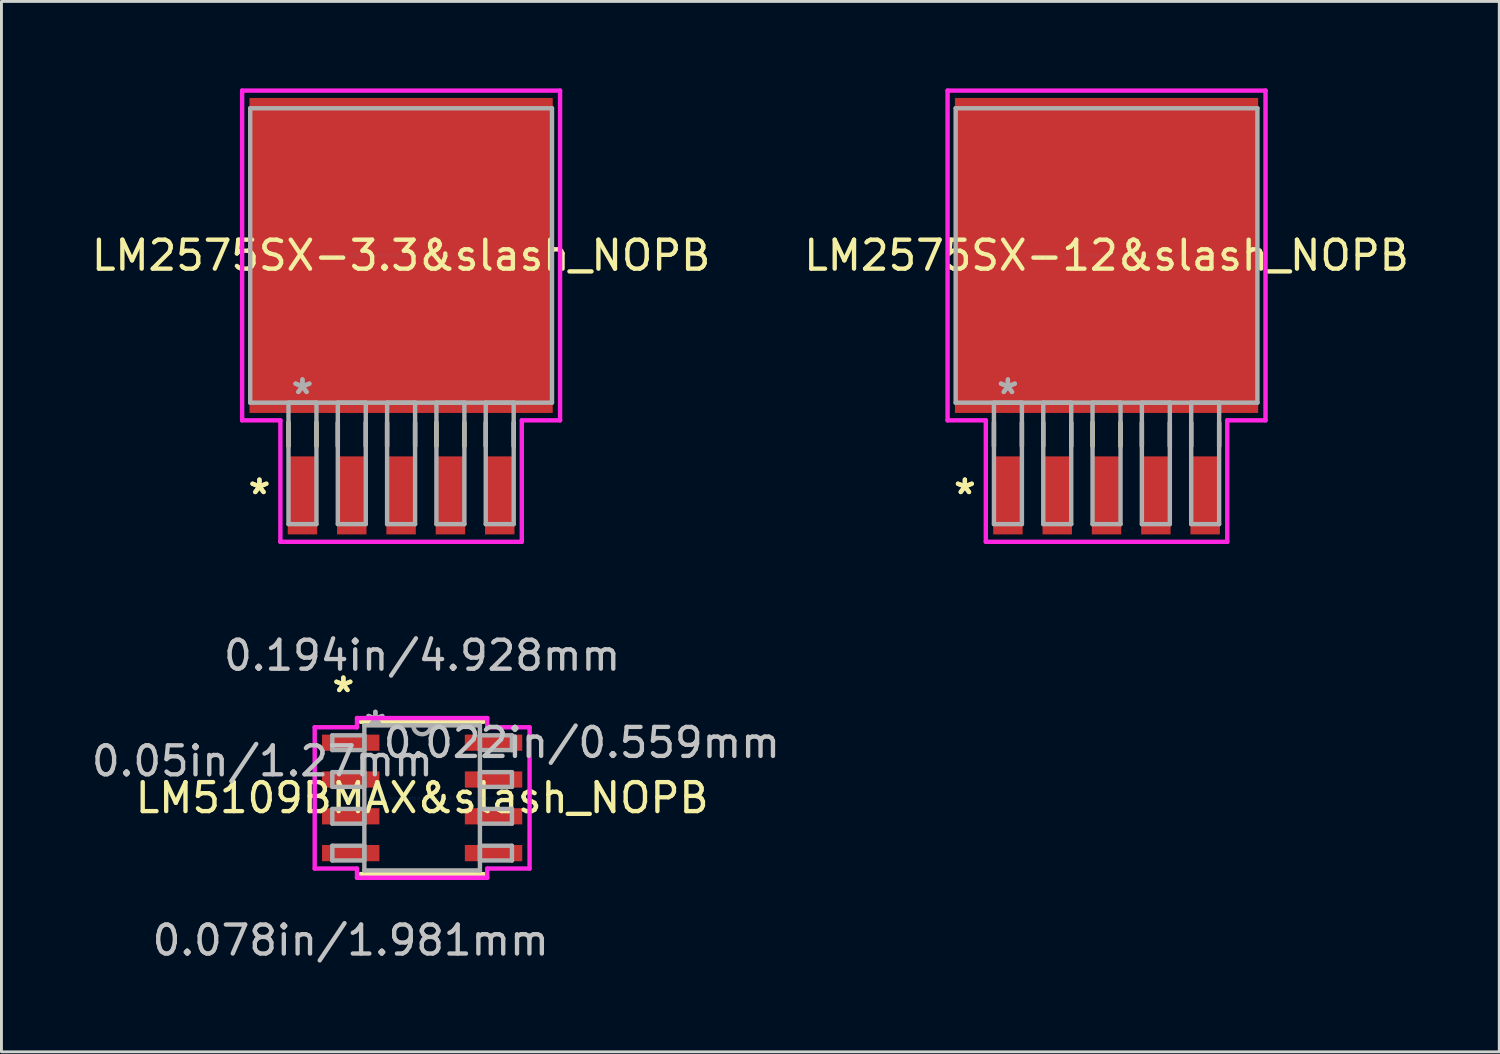
<source format=kicad_pcb>
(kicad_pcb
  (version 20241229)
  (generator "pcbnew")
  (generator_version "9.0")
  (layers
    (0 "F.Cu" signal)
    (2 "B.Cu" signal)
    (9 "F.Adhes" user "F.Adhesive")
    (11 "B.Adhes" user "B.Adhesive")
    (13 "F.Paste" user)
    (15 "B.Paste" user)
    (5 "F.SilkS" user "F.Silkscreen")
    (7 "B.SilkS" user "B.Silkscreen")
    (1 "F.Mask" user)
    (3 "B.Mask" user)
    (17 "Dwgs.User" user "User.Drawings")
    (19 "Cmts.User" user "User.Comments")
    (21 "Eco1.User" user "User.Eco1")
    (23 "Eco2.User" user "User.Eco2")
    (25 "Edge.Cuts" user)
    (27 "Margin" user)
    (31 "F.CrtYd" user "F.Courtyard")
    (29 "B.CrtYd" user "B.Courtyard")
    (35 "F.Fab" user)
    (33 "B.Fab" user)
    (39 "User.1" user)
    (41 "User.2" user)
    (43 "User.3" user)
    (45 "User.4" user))
  (footprint "LM5109BMAX&slash_NOPB"
    (layer "F.Cu")
    (at 11.518 24.486)
    (property "Reference" "LM5109BMAX&slash_NOPB" (at 0 0 0) (layer "F.SilkS") (effects (font (size 1 1) (thickness 0.15))))
    (attr through_hole)
    (fp_line (start -2.121 2.629) (end 2.121 2.629) (stroke (width 0.152) (type solid)) (layer "F.SilkS"))
    (fp_line (start 2.121 -2.629) (end -2.121 -2.629) (stroke (width 0.152) (type solid)) (layer "F.SilkS"))
    (fp_line (start -3.708 -2.438) (end -2.248 -2.438) (stroke (width 0.152) (type solid)) (layer "F.CrtYd"))
    (fp_line (start -3.708 2.438) (end -3.708 -2.438) (stroke (width 0.152) (type solid)) (layer "F.CrtYd"))
    (fp_line (start -2.248 -2.756) (end 2.248 -2.756) (stroke (width 0.152) (type solid)) (layer "F.CrtYd"))
    (fp_line (start -2.248 -2.438) (end -2.248 -2.756) (stroke (width 0.152) (type solid)) (layer "F.CrtYd"))
    (fp_line (start -2.248 2.438) (end -3.708 2.438) (stroke (width 0.152) (type solid)) (layer "F.CrtYd"))
    (fp_line (start -2.248 2.756) (end -2.248 2.438) (stroke (width 0.152) (type solid)) (layer "F.CrtYd"))
    (fp_line (start 2.248 -2.756) (end 2.248 -2.438) (stroke (width 0.152) (type solid)) (layer "F.CrtYd"))
    (fp_line (start 2.248 -2.438) (end 3.708 -2.438) (stroke (width 0.152) (type solid)) (layer "F.CrtYd"))
    (fp_line (start 2.248 2.438) (end 2.248 2.756) (stroke (width 0.152) (type solid)) (layer "F.CrtYd"))
    (fp_line (start 2.248 2.756) (end -2.248 2.756) (stroke (width 0.152) (type solid)) (layer "F.CrtYd"))
    (fp_line (start 3.708 -2.438) (end 3.708 2.438) (stroke (width 0.152) (type solid)) (layer "F.CrtYd"))
    (fp_line (start 3.708 2.438) (end 2.248 2.438) (stroke (width 0.152) (type solid)) (layer "F.CrtYd"))
    (fp_line (start -3.099 -2.159) (end -3.099 -1.651) (stroke (width 0.152) (type solid)) (layer "F.Fab"))
    (fp_line (start -3.099 -1.651) (end -1.994 -1.651) (stroke (width 0.152) (type solid)) (layer "F.Fab"))
    (fp_line (start -3.099 -0.889) (end -3.099 -0.381) (stroke (width 0.152) (type solid)) (layer "F.Fab"))
    (fp_line (start -3.099 -0.381) (end -1.994 -0.381) (stroke (width 0.152) (type solid)) (layer "F.Fab"))
    (fp_line (start -3.099 0.381) (end -3.099 0.889) (stroke (width 0.152) (type solid)) (layer "F.Fab"))
    (fp_line (start -3.099 0.889) (end -1.994 0.889) (stroke (width 0.152) (type solid)) (layer "F.Fab"))
    (fp_line (start -3.099 1.651) (end -3.099 2.159) (stroke (width 0.152) (type solid)) (layer "F.Fab"))
    (fp_line (start -3.099 2.159) (end -1.994 2.159) (stroke (width 0.152) (type solid)) (layer "F.Fab"))
    (fp_line (start -1.994 -2.502) (end -1.994 2.502) (stroke (width 0.152) (type solid)) (layer "F.Fab"))
    (fp_line (start -1.994 -2.159) (end -3.099 -2.159) (stroke (width 0.152) (type solid)) (layer "F.Fab"))
    (fp_line (start -1.994 -1.651) (end -1.994 -2.159) (stroke (width 0.152) (type solid)) (layer "F.Fab"))
    (fp_line (start -1.994 -0.889) (end -3.099 -0.889) (stroke (width 0.152) (type solid)) (layer "F.Fab"))
    (fp_line (start -1.994 -0.381) (end -1.994 -0.889) (stroke (width 0.152) (type solid)) (layer "F.Fab"))
    (fp_line (start -1.994 0.381) (end -3.099 0.381) (stroke (width 0.152) (type solid)) (layer "F.Fab"))
    (fp_line (start -1.994 0.889) (end -1.994 0.381) (stroke (width 0.152) (type solid)) (layer "F.Fab"))
    (fp_line (start -1.994 1.651) (end -3.099 1.651) (stroke (width 0.152) (type solid)) (layer "F.Fab"))
    (fp_line (start -1.994 2.159) (end -1.994 1.651) (stroke (width 0.152) (type solid)) (layer "F.Fab"))
    (fp_line (start -1.994 2.502) (end 1.994 2.502) (stroke (width 0.152) (type solid)) (layer "F.Fab"))
    (fp_line (start 1.994 -2.502) (end -1.994 -2.502) (stroke (width 0.152) (type solid)) (layer "F.Fab"))
    (fp_line (start 1.994 -2.159) (end 1.994 -1.651) (stroke (width 0.152) (type solid)) (layer "F.Fab"))
    (fp_line (start 1.994 -1.651) (end 3.099 -1.651) (stroke (width 0.152) (type solid)) (layer "F.Fab"))
    (fp_line (start 1.994 -0.889) (end 1.994 -0.381) (stroke (width 0.152) (type solid)) (layer "F.Fab"))
    (fp_line (start 1.994 -0.381) (end 3.099 -0.381) (stroke (width 0.152) (type solid)) (layer "F.Fab"))
    (fp_line (start 1.994 0.381) (end 1.994 0.889) (stroke (width 0.152) (type solid)) (layer "F.Fab"))
    (fp_line (start 1.994 0.889) (end 3.099 0.889) (stroke (width 0.152) (type solid)) (layer "F.Fab"))
    (fp_line (start 1.994 1.651) (end 1.994 2.159) (stroke (width 0.152) (type solid)) (layer "F.Fab"))
    (fp_line (start 1.994 2.159) (end 3.099 2.159) (stroke (width 0.152) (type solid)) (layer "F.Fab"))
    (fp_line (start 1.994 2.502) (end 1.994 -2.502) (stroke (width 0.152) (type solid)) (layer "F.Fab"))
    (fp_line (start 3.099 -2.159) (end 1.994 -2.159) (stroke (width 0.152) (type solid)) (layer "F.Fab"))
    (fp_line (start 3.099 -1.651) (end 3.099 -2.159) (stroke (width 0.152) (type solid)) (layer "F.Fab"))
    (fp_line (start 3.099 -0.889) (end 1.994 -0.889) (stroke (width 0.152) (type solid)) (layer "F.Fab"))
    (fp_line (start 3.099 -0.381) (end 3.099 -0.889) (stroke (width 0.152) (type solid)) (layer "F.Fab"))
    (fp_line (start 3.099 0.381) (end 1.994 0.381) (stroke (width 0.152) (type solid)) (layer "F.Fab"))
    (fp_line (start 3.099 0.889) (end 3.099 0.381) (stroke (width 0.152) (type solid)) (layer "F.Fab"))
    (fp_line (start 3.099 1.651) (end 1.994 1.651) (stroke (width 0.152) (type solid)) (layer "F.Fab"))
    (fp_line (start 3.099 2.159) (end 3.099 1.651) (stroke (width 0.152) (type solid)) (layer "F.Fab"))
    (fp_arc (start 0.3048 -2.5019) (mid 0 -2.1971) (end -0.3048 -2.5019) (stroke (width 0.1524) (type solid)) (layer "F.Fab"))
    (fp_text user "*" (at -2.718 -3.607 0) (layer "F.SilkS") (effects (font (size 1 1) (thickness 0.15))))
    (fp_text user "*" (at -2.718 -3.607 0) (layer "F.SilkS") (effects (font (size 1 1) (thickness 0.15))))
    (fp_text user "0.05in/1.27mm" (at -5.512 -1.27 0) (layer "Dwgs.User") (effects (font (size 1 1) (thickness 0.15))))
    (fp_text user "0.022in/0.559mm" (at 5.512 -1.905 0) (layer "Dwgs.User") (effects (font (size 1 1) (thickness 0.15))))
    (fp_text user "0.078in/1.981mm" (at -2.464 4.915 0) (layer "Dwgs.User") (effects (font (size 1 1) (thickness 0.15))))
    (fp_text user "0.194in/4.928mm" (at 0 -4.915 0) (layer "Dwgs.User") (effects (font (size 1 1) (thickness 0.15))))
    (fp_text user "Copyright 2016 Accelerated Designs. All rights reserved." (at 0 0 0) (layer "Cmts.User") (effects (font (size 0.127 0.127) (thickness 0.002))))
    (fp_text user "*" (at -1.613 -2.426 0) (layer "F.Fab") (effects (font (size 1 1) (thickness 0.15))))
    (fp_text user "*" (at -1.613 -2.426 0) (layer "F.Fab") (effects (font (size 1 1) (thickness 0.15))))
    (pad "1" smd rect (at -2.464 -1.905) (size 1.981 0.559) (layers "F.Cu" "F.Mask" "F.Paste"))
    (pad "2" smd rect (at -2.464 -0.635) (size 1.981 0.559) (layers "F.Cu" "F.Mask" "F.Paste"))
    (pad "3" smd rect (at -2.464 0.635) (size 1.981 0.559) (layers "F.Cu" "F.Mask" "F.Paste"))
    (pad "4" smd rect (at -2.464 1.905) (size 1.981 0.559) (layers "F.Cu" "F.Mask" "F.Paste"))
    (pad "5" smd rect (at 2.464 1.905) (size 1.981 0.559) (layers "F.Cu" "F.Mask" "F.Paste"))
    (pad "6" smd rect (at 2.464 0.635) (size 1.981 0.559) (layers "F.Cu" "F.Mask" "F.Paste"))
    (pad "7" smd rect (at 2.464 -0.635) (size 1.981 0.559) (layers "F.Cu" "F.Mask" "F.Paste"))
    (pad "8" smd rect (at 2.464 -1.905) (size 1.981 0.559) (layers "F.Cu" "F.Mask" "F.Paste")))
  (footprint "LM2575SX-3.3&slash_NOPB"
    (layer "F.Cu")
    (at 10.792 5.766)
    (property "Reference" "LM2575SX-3.3&slash_NOPB" (at 0 0 0) (layer "F.SilkS") (effects (font (size 1 1) (thickness 0.15))))
    (attr through_hole)
    (fp_line (start -3.886 5.768) (end -3.886 6.579) (stroke (width 0.152) (type solid)) (layer "F.SilkS"))
    (fp_line (start -2.921 5.768) (end -2.921 6.579) (stroke (width 0.152) (type solid)) (layer "F.SilkS"))
    (fp_line (start -2.184 5.768) (end -2.184 6.579) (stroke (width 0.152) (type solid)) (layer "F.SilkS"))
    (fp_line (start -1.219 5.768) (end -1.219 6.579) (stroke (width 0.152) (type solid)) (layer "F.SilkS"))
    (fp_line (start -0.483 5.768) (end -0.483 6.579) (stroke (width 0.152) (type solid)) (layer "F.SilkS"))
    (fp_line (start 0.483 5.768) (end 0.483 6.579) (stroke (width 0.152) (type solid)) (layer "F.SilkS"))
    (fp_line (start 1.219 5.768) (end 1.219 6.579) (stroke (width 0.152) (type solid)) (layer "F.SilkS"))
    (fp_line (start 2.184 5.768) (end 2.184 6.579) (stroke (width 0.152) (type solid)) (layer "F.SilkS"))
    (fp_line (start 2.921 5.768) (end 2.921 6.579) (stroke (width 0.152) (type solid)) (layer "F.SilkS"))
    (fp_line (start 3.886 5.768) (end 3.886 6.579) (stroke (width 0.152) (type solid)) (layer "F.SilkS"))
    (fp_line (start -5.486 -5.69) (end 5.486 -5.69) (stroke (width 0.152) (type solid)) (layer "F.CrtYd"))
    (fp_line (start -5.486 5.69) (end -5.486 -5.69) (stroke (width 0.152) (type solid)) (layer "F.CrtYd"))
    (fp_line (start -4.166 5.69) (end -5.486 5.69) (stroke (width 0.152) (type solid)) (layer "F.CrtYd"))
    (fp_line (start -4.166 9.881) (end -4.166 5.69) (stroke (width 0.152) (type solid)) (layer "F.CrtYd"))
    (fp_line (start 4.166 5.69) (end 4.166 9.881) (stroke (width 0.152) (type solid)) (layer "F.CrtYd"))
    (fp_line (start 4.166 9.881) (end -4.166 9.881) (stroke (width 0.152) (type solid)) (layer "F.CrtYd"))
    (fp_line (start 5.486 -5.69) (end 5.486 5.69) (stroke (width 0.152) (type solid)) (layer "F.CrtYd"))
    (fp_line (start 5.486 5.69) (end 4.166 5.69) (stroke (width 0.152) (type solid)) (layer "F.CrtYd"))
    (fp_line (start -5.207 -5.08) (end -5.207 5.08) (stroke (width 0.152) (type solid)) (layer "F.Fab"))
    (fp_line (start -5.207 5.08) (end 5.207 5.08) (stroke (width 0.152) (type solid)) (layer "F.Fab"))
    (fp_line (start -3.886 5.08) (end -3.886 9.271) (stroke (width 0.152) (type solid)) (layer "F.Fab"))
    (fp_line (start -3.886 9.271) (end -2.921 9.271) (stroke (width 0.152) (type solid)) (layer "F.Fab"))
    (fp_line (start -2.921 5.08) (end -3.886 5.08) (stroke (width 0.152) (type solid)) (layer "F.Fab"))
    (fp_line (start -2.921 9.271) (end -2.921 5.08) (stroke (width 0.152) (type solid)) (layer "F.Fab"))
    (fp_line (start -2.184 5.08) (end -2.184 9.271) (stroke (width 0.152) (type solid)) (layer "F.Fab"))
    (fp_line (start -2.184 9.271) (end -1.219 9.271) (stroke (width 0.152) (type solid)) (layer "F.Fab"))
    (fp_line (start -1.219 5.08) (end -2.184 5.08) (stroke (width 0.152) (type solid)) (layer "F.Fab"))
    (fp_line (start -1.219 9.271) (end -1.219 5.08) (stroke (width 0.152) (type solid)) (layer "F.Fab"))
    (fp_line (start -0.483 5.08) (end -0.483 9.271) (stroke (width 0.152) (type solid)) (layer "F.Fab"))
    (fp_line (start -0.483 9.271) (end 0.483 9.271) (stroke (width 0.152) (type solid)) (layer "F.Fab"))
    (fp_line (start 0.483 5.08) (end -0.483 5.08) (stroke (width 0.152) (type solid)) (layer "F.Fab"))
    (fp_line (start 0.483 9.271) (end 0.483 5.08) (stroke (width 0.152) (type solid)) (layer "F.Fab"))
    (fp_line (start 1.219 5.08) (end 1.219 9.271) (stroke (width 0.152) (type solid)) (layer "F.Fab"))
    (fp_line (start 1.219 9.271) (end 2.184 9.271) (stroke (width 0.152) (type solid)) (layer "F.Fab"))
    (fp_line (start 2.184 5.08) (end 1.219 5.08) (stroke (width 0.152) (type solid)) (layer "F.Fab"))
    (fp_line (start 2.184 9.271) (end 2.184 5.08) (stroke (width 0.152) (type solid)) (layer "F.Fab"))
    (fp_line (start 2.921 5.08) (end 2.921 9.271) (stroke (width 0.152) (type solid)) (layer "F.Fab"))
    (fp_line (start 2.921 9.271) (end 3.886 9.271) (stroke (width 0.152) (type solid)) (layer "F.Fab"))
    (fp_line (start 3.886 5.08) (end 2.921 5.08) (stroke (width 0.152) (type solid)) (layer "F.Fab"))
    (fp_line (start 3.886 9.271) (end 3.886 5.08) (stroke (width 0.152) (type solid)) (layer "F.Fab"))
    (fp_line (start 5.207 -5.08) (end -5.207 -5.08) (stroke (width 0.152) (type solid)) (layer "F.Fab"))
    (fp_line (start 5.207 5.08) (end 5.207 -5.08) (stroke (width 0.152) (type solid)) (layer "F.Fab"))
    (fp_text user "*" (at -4.889 8.28 0) (layer "F.SilkS") (effects (font (size 1 1) (thickness 0.15))))
    (fp_text user "*" (at -4.889 8.28 0) (layer "F.SilkS") (effects (font (size 1 1) (thickness 0.15))))
    (fp_text user "Copyright 2016 Accelerated Designs. All rights reserved." (at 0 0 0) (layer "Cmts.User") (effects (font (size 0.127 0.127) (thickness 0.002))))
    (fp_text user "*" (at -3.404 4.826 0) (layer "F.Fab") (effects (font (size 1 1) (thickness 0.15))))
    (fp_text user "*" (at -3.404 4.826 0) (layer "F.Fab") (effects (font (size 1 1) (thickness 0.15))))
    (pad "1" smd rect (at -3.404 8.28) (size 1.016 2.692) (layers "F.Cu" "F.Mask" "F.Paste"))
    (pad "2" smd rect (at -1.702 8.28) (size 1.016 2.692) (layers "F.Cu" "F.Mask" "F.Paste"))
    (pad "3" smd rect (at 0 8.28) (size 1.016 2.692) (layers "F.Cu" "F.Mask" "F.Paste"))
    (pad "4" smd rect (at 1.702 8.28) (size 1.016 2.692) (layers "F.Cu" "F.Mask" "F.Paste"))
    (pad "5" smd rect (at 3.404 8.28) (size 1.016 2.692) (layers "F.Cu" "F.Mask" "F.Paste"))
    (pad "6" smd rect (at 0 0) (size 10.465 10.871) (layers "F.Cu" "F.Mask" "F.Paste")))
  (footprint "LM2575SX-12&slash_NOPB"
    (layer "F.Cu")
    (at 35.137 5.766)
    (property "Reference" "LM2575SX-12&slash_NOPB" (at 0 0 0) (layer "F.SilkS") (effects (font (size 1 1) (thickness 0.15))))
    (attr through_hole)
    (fp_line (start -3.886 5.768) (end -3.886 6.579) (stroke (width 0.152) (type solid)) (layer "F.SilkS"))
    (fp_line (start -2.921 5.768) (end -2.921 6.579) (stroke (width 0.152) (type solid)) (layer "F.SilkS"))
    (fp_line (start -2.184 5.768) (end -2.184 6.579) (stroke (width 0.152) (type solid)) (layer "F.SilkS"))
    (fp_line (start -1.219 5.768) (end -1.219 6.579) (stroke (width 0.152) (type solid)) (layer "F.SilkS"))
    (fp_line (start -0.483 5.768) (end -0.483 6.579) (stroke (width 0.152) (type solid)) (layer "F.SilkS"))
    (fp_line (start 0.483 5.768) (end 0.483 6.579) (stroke (width 0.152) (type solid)) (layer "F.SilkS"))
    (fp_line (start 1.219 5.768) (end 1.219 6.579) (stroke (width 0.152) (type solid)) (layer "F.SilkS"))
    (fp_line (start 2.184 5.768) (end 2.184 6.579) (stroke (width 0.152) (type solid)) (layer "F.SilkS"))
    (fp_line (start 2.921 5.768) (end 2.921 6.579) (stroke (width 0.152) (type solid)) (layer "F.SilkS"))
    (fp_line (start 3.886 5.768) (end 3.886 6.579) (stroke (width 0.152) (type solid)) (layer "F.SilkS"))
    (fp_line (start -5.486 -5.69) (end 5.486 -5.69) (stroke (width 0.152) (type solid)) (layer "F.CrtYd"))
    (fp_line (start -5.486 5.69) (end -5.486 -5.69) (stroke (width 0.152) (type solid)) (layer "F.CrtYd"))
    (fp_line (start -4.166 5.69) (end -5.486 5.69) (stroke (width 0.152) (type solid)) (layer "F.CrtYd"))
    (fp_line (start -4.166 9.881) (end -4.166 5.69) (stroke (width 0.152) (type solid)) (layer "F.CrtYd"))
    (fp_line (start 4.166 5.69) (end 4.166 9.881) (stroke (width 0.152) (type solid)) (layer "F.CrtYd"))
    (fp_line (start 4.166 9.881) (end -4.166 9.881) (stroke (width 0.152) (type solid)) (layer "F.CrtYd"))
    (fp_line (start 5.486 -5.69) (end 5.486 5.69) (stroke (width 0.152) (type solid)) (layer "F.CrtYd"))
    (fp_line (start 5.486 5.69) (end 4.166 5.69) (stroke (width 0.152) (type solid)) (layer "F.CrtYd"))
    (fp_line (start -5.207 -5.08) (end -5.207 5.08) (stroke (width 0.152) (type solid)) (layer "F.Fab"))
    (fp_line (start -5.207 5.08) (end 5.207 5.08) (stroke (width 0.152) (type solid)) (layer "F.Fab"))
    (fp_line (start -3.886 5.08) (end -3.886 9.271) (stroke (width 0.152) (type solid)) (layer "F.Fab"))
    (fp_line (start -3.886 9.271) (end -2.921 9.271) (stroke (width 0.152) (type solid)) (layer "F.Fab"))
    (fp_line (start -2.921 5.08) (end -3.886 5.08) (stroke (width 0.152) (type solid)) (layer "F.Fab"))
    (fp_line (start -2.921 9.271) (end -2.921 5.08) (stroke (width 0.152) (type solid)) (layer "F.Fab"))
    (fp_line (start -2.184 5.08) (end -2.184 9.271) (stroke (width 0.152) (type solid)) (layer "F.Fab"))
    (fp_line (start -2.184 9.271) (end -1.219 9.271) (stroke (width 0.152) (type solid)) (layer "F.Fab"))
    (fp_line (start -1.219 5.08) (end -2.184 5.08) (stroke (width 0.152) (type solid)) (layer "F.Fab"))
    (fp_line (start -1.219 9.271) (end -1.219 5.08) (stroke (width 0.152) (type solid)) (layer "F.Fab"))
    (fp_line (start -0.483 5.08) (end -0.483 9.271) (stroke (width 0.152) (type solid)) (layer "F.Fab"))
    (fp_line (start -0.483 9.271) (end 0.483 9.271) (stroke (width 0.152) (type solid)) (layer "F.Fab"))
    (fp_line (start 0.483 5.08) (end -0.483 5.08) (stroke (width 0.152) (type solid)) (layer "F.Fab"))
    (fp_line (start 0.483 9.271) (end 0.483 5.08) (stroke (width 0.152) (type solid)) (layer "F.Fab"))
    (fp_line (start 1.219 5.08) (end 1.219 9.271) (stroke (width 0.152) (type solid)) (layer "F.Fab"))
    (fp_line (start 1.219 9.271) (end 2.184 9.271) (stroke (width 0.152) (type solid)) (layer "F.Fab"))
    (fp_line (start 2.184 5.08) (end 1.219 5.08) (stroke (width 0.152) (type solid)) (layer "F.Fab"))
    (fp_line (start 2.184 9.271) (end 2.184 5.08) (stroke (width 0.152) (type solid)) (layer "F.Fab"))
    (fp_line (start 2.921 5.08) (end 2.921 9.271) (stroke (width 0.152) (type solid)) (layer "F.Fab"))
    (fp_line (start 2.921 9.271) (end 3.886 9.271) (stroke (width 0.152) (type solid)) (layer "F.Fab"))
    (fp_line (start 3.886 5.08) (end 2.921 5.08) (stroke (width 0.152) (type solid)) (layer "F.Fab"))
    (fp_line (start 3.886 9.271) (end 3.886 5.08) (stroke (width 0.152) (type solid)) (layer "F.Fab"))
    (fp_line (start 5.207 -5.08) (end -5.207 -5.08) (stroke (width 0.152) (type solid)) (layer "F.Fab"))
    (fp_line (start 5.207 5.08) (end 5.207 -5.08) (stroke (width 0.152) (type solid)) (layer "F.Fab"))
    (fp_text user "*" (at -4.889 8.28 0) (layer "F.SilkS") (effects (font (size 1 1) (thickness 0.15))))
    (fp_text user "*" (at -4.889 8.28 0) (layer "F.SilkS") (effects (font (size 1 1) (thickness 0.15))))
    (fp_text user "Copyright 2016 Accelerated Designs. All rights reserved." (at 0 0 0) (layer "Cmts.User") (effects (font (size 0.127 0.127) (thickness 0.002))))
    (fp_text user "*" (at -3.404 4.826 0) (layer "F.Fab") (effects (font (size 1 1) (thickness 0.15))))
    (fp_text user "*" (at -3.404 4.826 0) (layer "F.Fab") (effects (font (size 1 1) (thickness 0.15))))
    (pad "1" smd rect (at -3.404 8.28) (size 1.016 2.692) (layers "F.Cu" "F.Mask" "F.Paste"))
    (pad "2" smd rect (at -1.702 8.28) (size 1.016 2.692) (layers "F.Cu" "F.Mask" "F.Paste"))
    (pad "3" smd rect (at 0 8.28) (size 1.016 2.692) (layers "F.Cu" "F.Mask" "F.Paste"))
    (pad "4" smd rect (at 1.702 8.28) (size 1.016 2.692) (layers "F.Cu" "F.Mask" "F.Paste"))
    (pad "5" smd rect (at 3.404 8.28) (size 1.016 2.692) (layers "F.Cu" "F.Mask" "F.Paste"))
    (pad "6" smd rect (at 0 0) (size 10.465 10.871) (layers "F.Cu" "F.Mask" "F.Paste")))
  (gr_rect
    (start -3 -3)
    (end 48.69 33.249)
    (stroke (width 0.1) (type default))
    (fill no)
    (layer "Edge.Cuts")))
</source>
